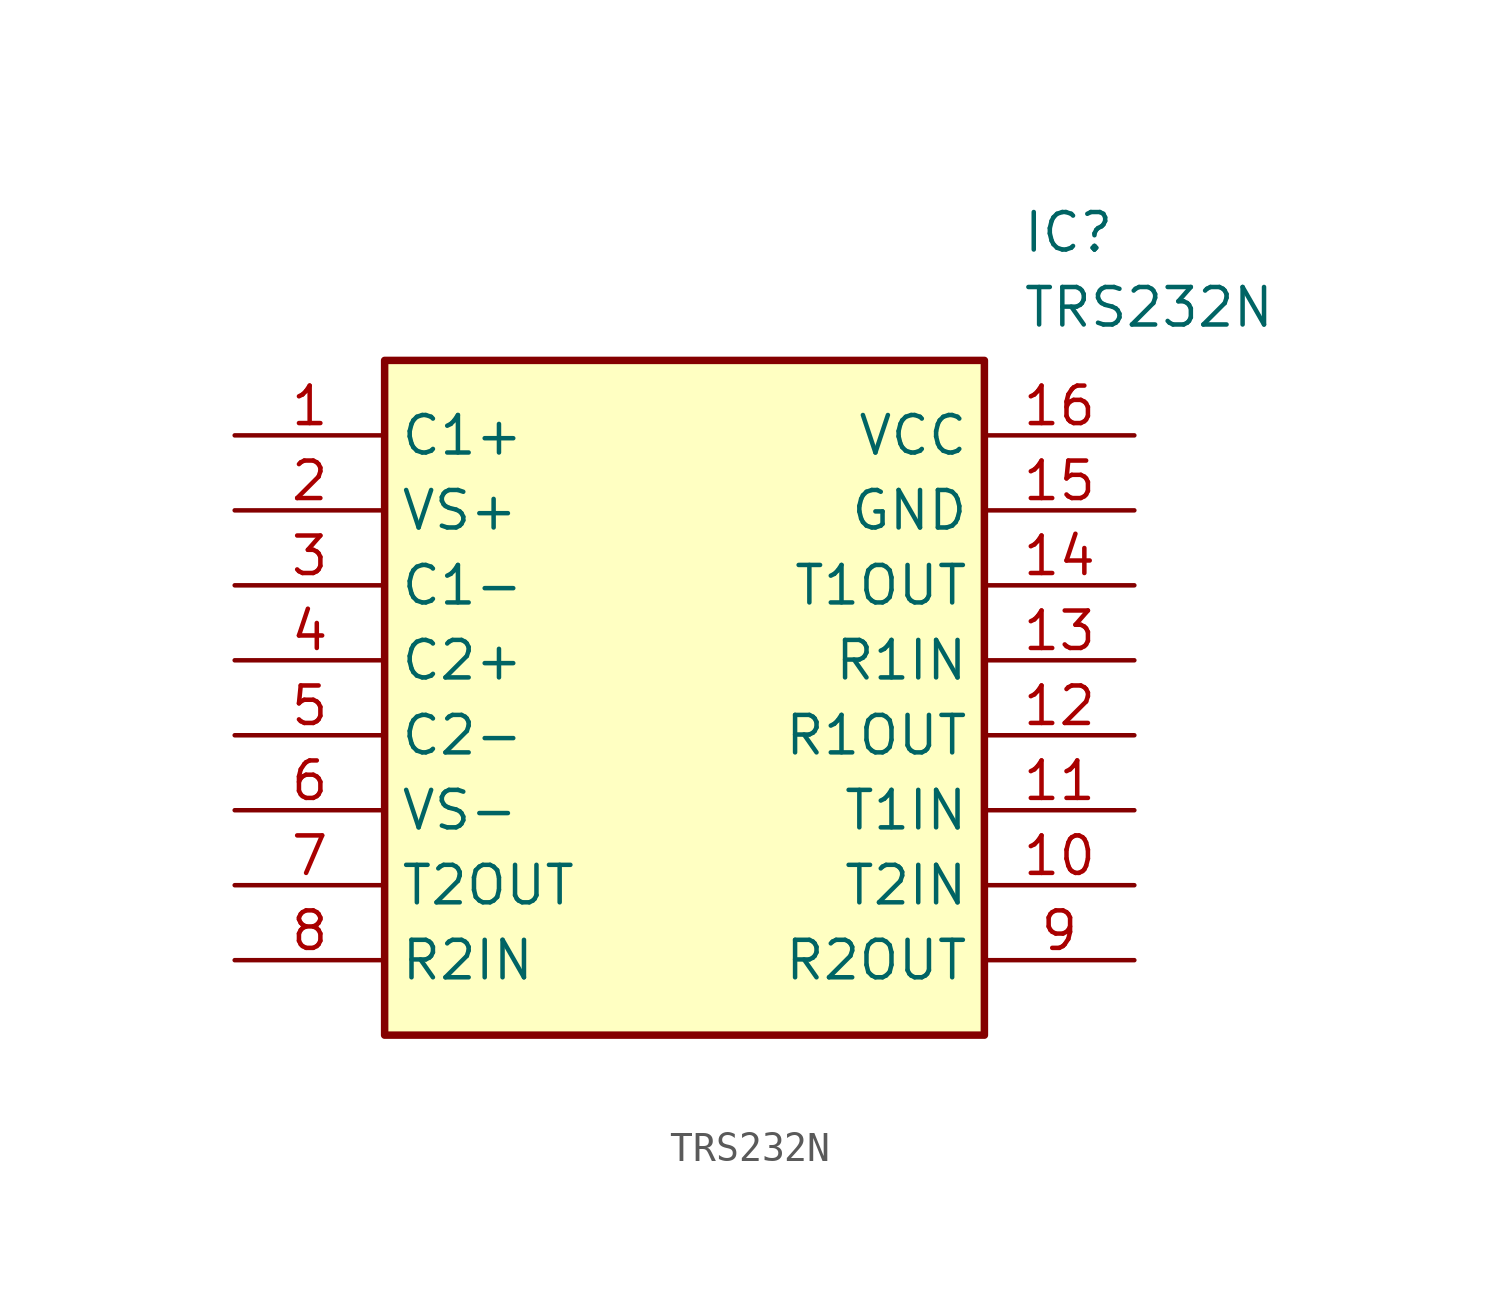
<source format=kicad_sym>
(kicad_symbol_lib
  (version 20211014)
  (generator SamacSys_ECAD_Model)
  (symbol "TRS232N"
    (property "Reference" "IC"
      (at 26.67 7.62 0)
      (effects (font (size 1.27 1.27)) (justify left top)))
    (property "Value" "TRS232N"
      (at 26.67 5.08 0)
      (effects (font (size 1.27 1.27)) (justify left top)))
    (rectangle
      (start 5.08 2.54)
      (end 25.4 -20.32)
      (stroke (width 0.254) (type default))
      (fill (type background)))
    (pin passive line
      (at 0 0 0)
      (length 5.08)
      (name "C1+" (effects (font (size 1.27 1.27))))
      (number "1" (effects (font (size 1.27 1.27)))))
    (pin passive line
      (at 0 -2.54 0)
      (length 5.08)
      (name "VS+" (effects (font (size 1.27 1.27))))
      (number "2" (effects (font (size 1.27 1.27)))))
    (pin passive line
      (at 0 -5.08 0)
      (length 5.08)
      (name "C1-" (effects (font (size 1.27 1.27))))
      (number "3" (effects (font (size 1.27 1.27)))))
    (pin passive line
      (at 0 -7.62 0)
      (length 5.08)
      (name "C2+" (effects (font (size 1.27 1.27))))
      (number "4" (effects (font (size 1.27 1.27)))))
    (pin passive line
      (at 0 -10.16 0)
      (length 5.08)
      (name "C2-" (effects (font (size 1.27 1.27))))
      (number "5" (effects (font (size 1.27 1.27)))))
    (pin passive line
      (at 0 -12.7 0)
      (length 5.08)
      (name "VS-" (effects (font (size 1.27 1.27))))
      (number "6" (effects (font (size 1.27 1.27)))))
    (pin passive line
      (at 0 -15.24 0)
      (length 5.08)
      (name "T2OUT" (effects (font (size 1.27 1.27))))
      (number "7" (effects (font (size 1.27 1.27)))))
    (pin passive line
      (at 0 -17.78 0)
      (length 5.08)
      (name "R2IN" (effects (font (size 1.27 1.27))))
      (number "8" (effects (font (size 1.27 1.27)))))
    (pin passive line
      (at 30.48 0 180)
      (length 5.08)
      (name "VCC" (effects (font (size 1.27 1.27))))
      (number "16" (effects (font (size 1.27 1.27)))))
    (pin passive line
      (at 30.48 -2.54 180)
      (length 5.08)
      (name "GND" (effects (font (size 1.27 1.27))))
      (number "15" (effects (font (size 1.27 1.27)))))
    (pin passive line
      (at 30.48 -5.08 180)
      (length 5.08)
      (name "T1OUT" (effects (font (size 1.27 1.27))))
      (number "14" (effects (font (size 1.27 1.27)))))
    (pin passive line
      (at 30.48 -7.62 180)
      (length 5.08)
      (name "R1IN" (effects (font (size 1.27 1.27))))
      (number "13" (effects (font (size 1.27 1.27)))))
    (pin passive line
      (at 30.48 -10.16 180)
      (length 5.08)
      (name "R1OUT" (effects (font (size 1.27 1.27))))
      (number "12" (effects (font (size 1.27 1.27)))))
    (pin passive line
      (at 30.48 -12.7 180)
      (length 5.08)
      (name "T1IN" (effects (font (size 1.27 1.27))))
      (number "11" (effects (font (size 1.27 1.27)))))
    (pin passive line
      (at 30.48 -15.24 180)
      (length 5.08)
      (name "T2IN" (effects (font (size 1.27 1.27))))
      (number "10" (effects (font (size 1.27 1.27)))))
    (pin passive line
      (at 30.48 -17.78 180)
      (length 5.08)
      (name "R2OUT" (effects (font (size 1.27 1.27))))
      (number "9" (effects (font (size 1.27 1.27)))))))
</source>
